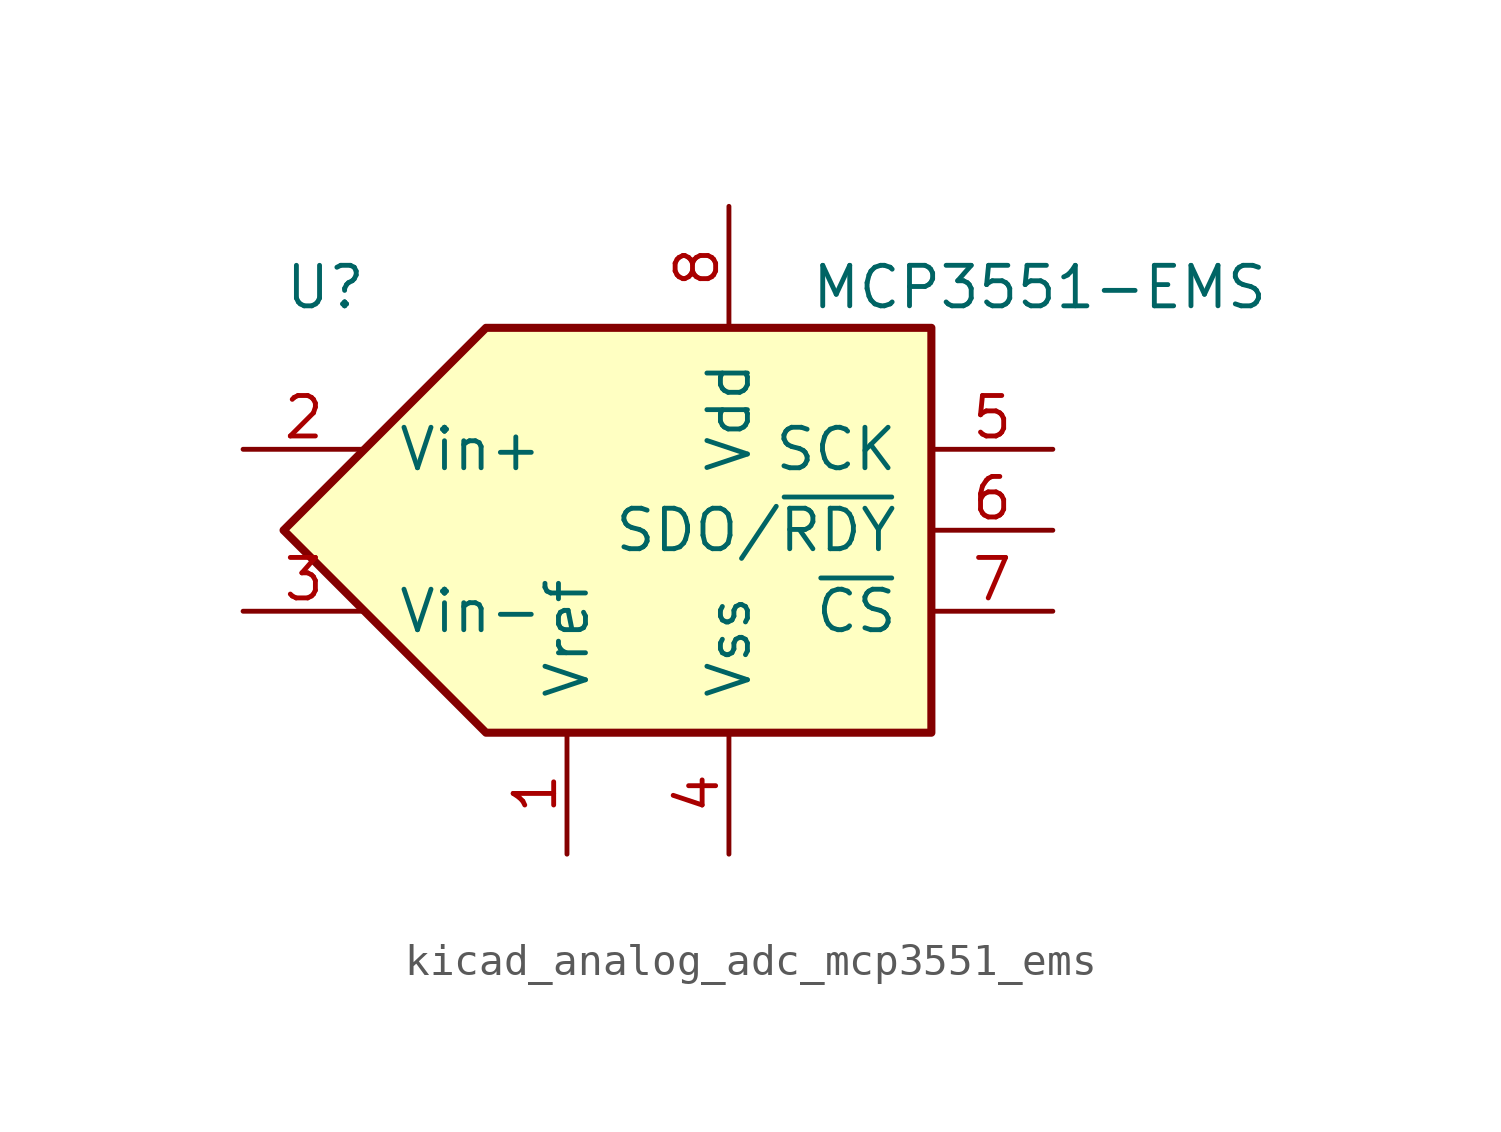
<source format=kicad_sym>
(kicad_symbol_lib
  (version 20220914)
  (generator kicad_symbol_editor)
  (symbol "kicad_analog_adc_mcp3551_ems"
    (pin_names
      (offset 1.016))
    (property "Reference" "U"
      (at -11.43 7.62 0)
      (effects (font (size 1.27 1.27)) (justify left)))
    (property "Value" "MCP3551-EMS"
      (at 5.08 7.62 0)
      (effects (font (size 1.27 1.27)) (justify left)))
    (symbol "kicad_analog_adc_mcp3551_ems_0_1"
      (polyline (pts (xy -5.08 6.35) (xy 8.89 6.35) (xy 8.89 0) (xy 8.89 -6.35) (xy -5.08 -6.35) (xy -11.43 0) (xy -5.08 6.35)) (stroke (width 0.254) (type default)) (fill (type background))))
    (symbol "kicad_analog_adc_mcp3551_ems_1_1"
      (pin input line (at -2.54 -10.16 90) (length 3.81) (name "Vref" (effects (font (size 1.27 1.27)))) (number "1" (effects (font (size 1.27 1.27)))))
      (pin passive line (at -12.7 2.54 0) (length 3.81) (name "Vin+" (effects (font (size 1.27 1.27)))) (number "2" (effects (font (size 1.27 1.27)))))
      (pin passive line (at -12.7 -2.54 0) (length 3.81) (name "Vin-" (effects (font (size 1.27 1.27)))) (number "3" (effects (font (size 1.27 1.27)))))
      (pin power_in line (at 2.54 -10.16 90) (length 3.81) (name "Vss" (effects (font (size 1.27 1.27)))) (number "4" (effects (font (size 1.27 1.27)))))
      (pin input line (at 12.7 2.54 180) (length 3.81) (name "SCK" (effects (font (size 1.27 1.27)))) (number "5" (effects (font (size 1.27 1.27)))))
      (pin output line (at 12.7 0 180) (length 3.81) (name "SDO/~{RDY}" (effects (font (size 1.27 1.27)))) (number "6" (effects (font (size 1.27 1.27)))))
      (pin input line (at 12.7 -2.54 180) (length 3.81) (name "~{CS}" (effects (font (size 1.27 1.27)))) (number "7" (effects (font (size 1.27 1.27)))))
      (pin power_in line (at 2.54 10.16 270) (length 3.81) (name "Vdd" (effects (font (size 1.27 1.27)))) (number "8" (effects (font (size 1.27 1.27))))))))
</source>
